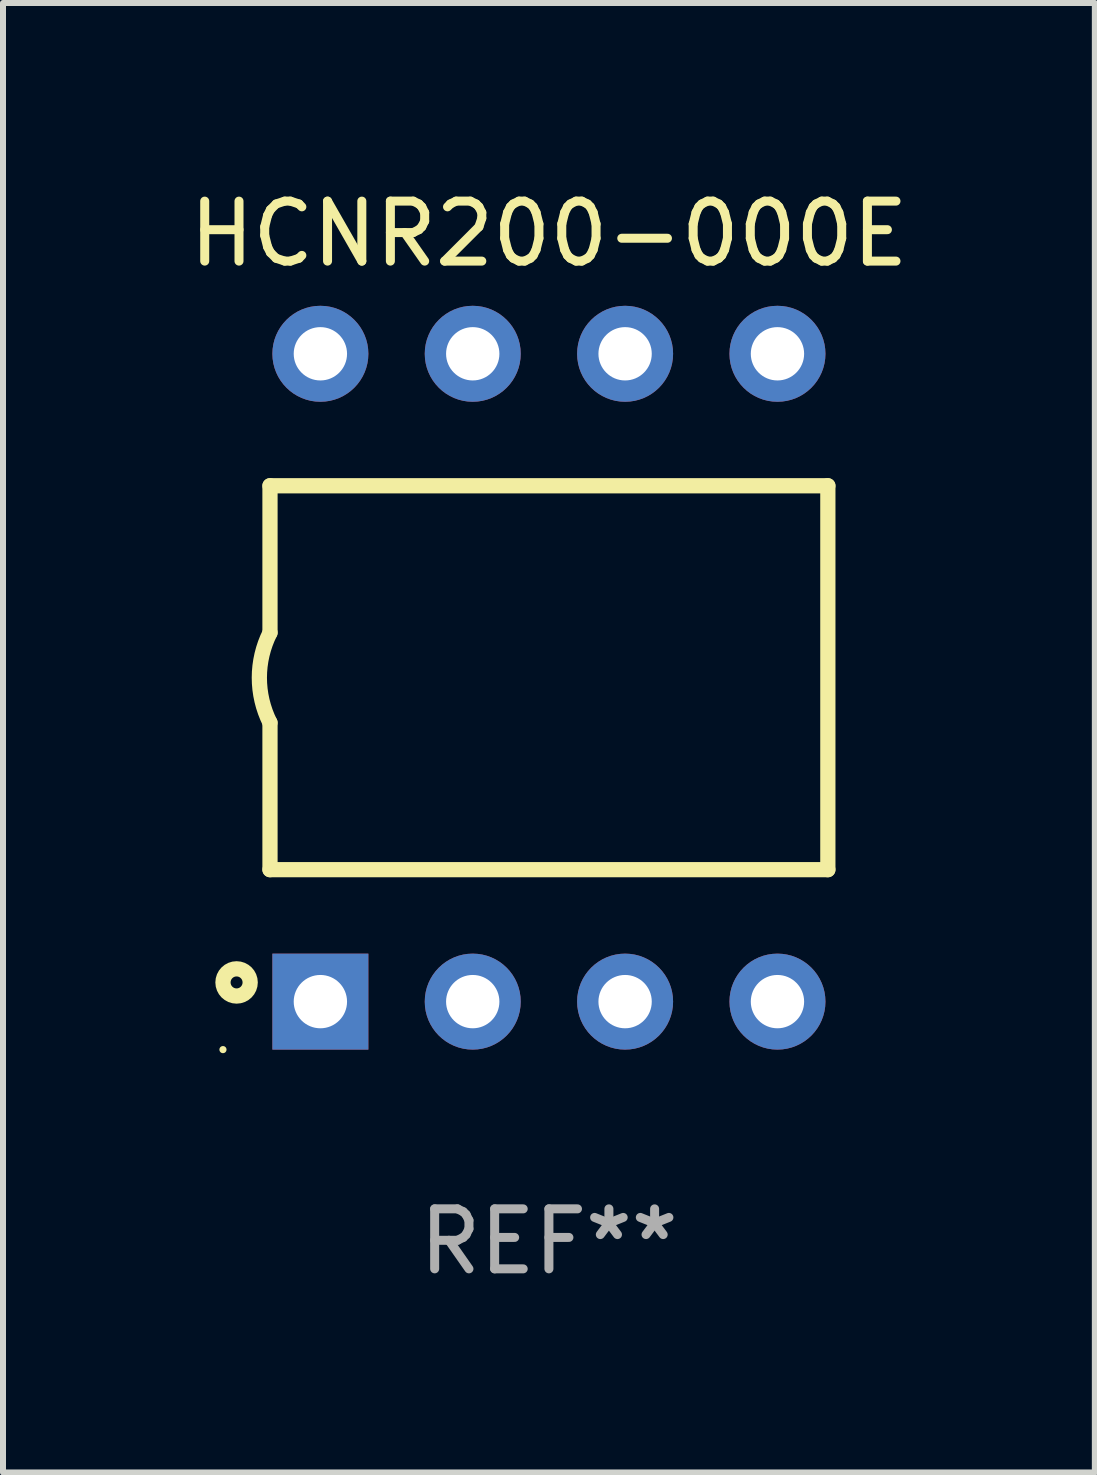
<source format=kicad_pcb>
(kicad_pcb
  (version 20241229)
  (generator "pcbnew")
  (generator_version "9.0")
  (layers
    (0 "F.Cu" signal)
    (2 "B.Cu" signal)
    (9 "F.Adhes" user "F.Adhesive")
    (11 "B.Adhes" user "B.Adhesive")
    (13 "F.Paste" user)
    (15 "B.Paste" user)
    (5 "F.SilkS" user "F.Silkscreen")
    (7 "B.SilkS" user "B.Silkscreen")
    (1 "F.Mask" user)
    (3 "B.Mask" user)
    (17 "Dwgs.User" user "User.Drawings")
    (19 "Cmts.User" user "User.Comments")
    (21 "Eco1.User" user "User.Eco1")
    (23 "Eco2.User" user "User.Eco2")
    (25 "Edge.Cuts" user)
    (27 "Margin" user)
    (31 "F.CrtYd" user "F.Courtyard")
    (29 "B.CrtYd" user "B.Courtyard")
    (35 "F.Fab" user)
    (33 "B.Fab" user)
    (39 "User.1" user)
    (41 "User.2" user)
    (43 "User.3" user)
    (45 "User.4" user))
  (footprint "HCNR200-000E"
    (layer "F.Cu")
    (at 6.101 8.248)
    (property "Reference" "HCNR200-000E" (at 0 -7.4 0) (layer "F.SilkS") (effects (font (size 1 1) (thickness 0.15))))
    (attr through_hole)
    (fp_line (start -4.65 -3.2) (end -4.65 -0.75) (stroke (width 0.254) (type solid)) (layer "F.SilkS"))
    (fp_line (start -4.65 -3.2) (end 4.65 -3.2) (stroke (width 0.254) (type solid)) (layer "F.SilkS"))
    (fp_line (start -4.65 3.2) (end -4.65 0.75) (stroke (width 0.254) (type solid)) (layer "F.SilkS"))
    (fp_line (start -4.65 3.2) (end 4.65 3.2) (stroke (width 0.254) (type solid)) (layer "F.SilkS"))
    (fp_line (start 4.65 3.2) (end 4.65 -3.2) (stroke (width 0.254) (type solid)) (layer "F.SilkS"))
    (fp_arc (start -4.650749 0.749301) (mid -4.827467 -0.000443) (end -4.650013 -0.750013) (stroke (width 0.254001) (type solid)) (layer "F.SilkS"))
    (fp_circle (center -5.434 6.2) (end -5.404 6.2) (stroke (width 0.06) (type solid)) (fill no) (layer "F.SilkS"))
    (fp_circle (center -5.207 5.08) (end -5.107 5.08) (stroke (width 0.254) (type solid)) (fill no) (layer "F.SilkS"))
    (fp_text user "REF**" (at 0 9.4 0) (layer "F.Fab") (effects (font (size 1 1) (thickness 0.15))))
    (pad "1" thru_hole rect (at -3.81 5.4) (size 1.6 1.6) (drill 0.889) (layers "*.Cu" "*.Mask"))
    (pad "2" thru_hole circle (at -1.27 5.4) (size 1.6 1.6) (drill 0.889) (layers "*.Cu" "*.Mask"))
    (pad "3" thru_hole circle (at 1.27 5.4) (size 1.6 1.6) (drill 0.889) (layers "*.Cu" "*.Mask"))
    (pad "4" thru_hole circle (at 3.81 5.4) (size 1.6 1.6) (drill 0.889) (layers "*.Cu" "*.Mask"))
    (pad "5" thru_hole circle (at 3.81 -5.4) (size 1.6 1.6) (drill 0.889) (layers "*.Cu" "*.Mask"))
    (pad "6" thru_hole circle (at 1.27 -5.4) (size 1.6 1.6) (drill 0.889) (layers "*.Cu" "*.Mask"))
    (pad "7" thru_hole circle (at -1.27 -5.4) (size 1.6 1.6) (drill 0.889) (layers "*.Cu" "*.Mask"))
    (pad "8" thru_hole circle (at -3.81 -5.4) (size 1.6 1.6) (drill 0.889) (layers "*.Cu" "*.Mask")))
  (gr_rect
    (start -3 -3)
    (end 15.202 21.497)
    (stroke (width 0.1) (type default))
    (fill no)
    (layer "Edge.Cuts")))
</source>
